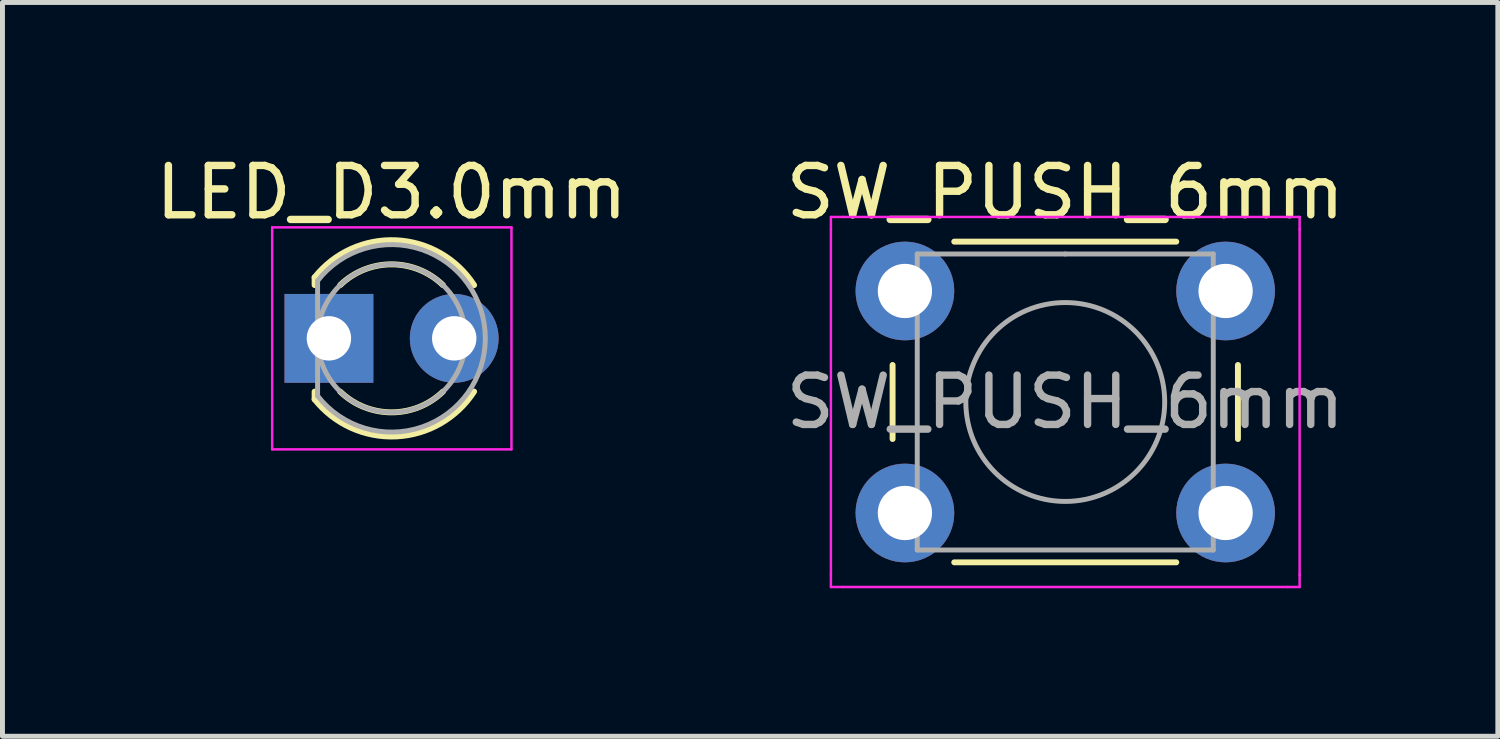
<source format=kicad_pcb>
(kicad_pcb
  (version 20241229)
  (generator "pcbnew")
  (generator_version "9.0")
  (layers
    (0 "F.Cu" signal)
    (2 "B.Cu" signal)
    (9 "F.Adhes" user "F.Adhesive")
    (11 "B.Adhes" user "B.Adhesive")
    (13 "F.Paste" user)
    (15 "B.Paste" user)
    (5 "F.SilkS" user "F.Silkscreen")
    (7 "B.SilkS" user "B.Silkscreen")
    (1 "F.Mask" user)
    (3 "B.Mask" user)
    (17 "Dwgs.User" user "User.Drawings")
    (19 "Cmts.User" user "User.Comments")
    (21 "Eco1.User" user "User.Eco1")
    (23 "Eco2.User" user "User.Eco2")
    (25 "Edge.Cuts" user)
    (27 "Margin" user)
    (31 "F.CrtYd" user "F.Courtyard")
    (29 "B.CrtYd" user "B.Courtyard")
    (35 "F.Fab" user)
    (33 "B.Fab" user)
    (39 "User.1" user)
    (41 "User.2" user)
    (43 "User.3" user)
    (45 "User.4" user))
  (footprint "LED_D3.0mm"
    (layer "F.Cu")
    (at 3.617 3.808)
    (property "Reference" "LED_D3.0mm" (at 1.27 -2.96 0) (layer "F.SilkS") (effects (font (size 1 1) (thickness 0.15))))
    (attr through_hole)
    (fp_line (start -0.29 -1.236) (end -0.29 -1.08) (stroke (width 0.12) (type solid)) (layer "F.SilkS"))
    (fp_line (start -0.29 1.08) (end -0.29 1.236) (stroke (width 0.12) (type solid)) (layer "F.SilkS"))
    (fp_arc (start -0.29 -1.235516) (mid 1.366487 -1.987659) (end 2.942335 -1.078608) (stroke (width 0.12) (type solid)) (layer "F.SilkS"))
    (fp_arc (start 0.229039 -1.08) (mid 1.270117 -1.5) (end 2.31113 -1.079837) (stroke (width 0.12) (type solid)) (layer "F.SilkS"))
    (fp_arc (start 2.31113 1.079837) (mid 1.270117 1.5) (end 0.229039 1.08) (stroke (width 0.12) (type solid)) (layer "F.SilkS"))
    (fp_arc (start 2.942335 1.078608) (mid 1.366487 1.987659) (end -0.29 1.235516) (stroke (width 0.12) (type solid)) (layer "F.SilkS"))
    (fp_line (start -1.15 -2.25) (end -1.15 2.25) (stroke (width 0.05) (type solid)) (layer "F.CrtYd"))
    (fp_line (start -1.15 2.25) (end 3.7 2.25) (stroke (width 0.05) (type solid)) (layer "F.CrtYd"))
    (fp_line (start 3.7 -2.25) (end -1.15 -2.25) (stroke (width 0.05) (type solid)) (layer "F.CrtYd"))
    (fp_line (start 3.7 2.25) (end 3.7 -2.25) (stroke (width 0.05) (type solid)) (layer "F.CrtYd"))
    (fp_line (start -0.23 -1.166) (end -0.23 1.166) (stroke (width 0.1) (type solid)) (layer "F.Fab"))
    (fp_arc (start -0.23 -1.16619) (mid 3.17 0.000452) (end -0.230555 1.165476) (stroke (width 0.1) (type solid)) (layer "F.Fab"))
    (fp_circle (center 1.27 0) (end 2.77 0) (stroke (width 0.1) (type solid)) (fill no) (layer "F.Fab"))
    (pad "1" thru_hole rect (at 0 0) (size 1.8 1.8) (drill 0.9) (layers "*.Cu" "*.Mask"))
    (pad "2" thru_hole circle (at 2.54 0) (size 1.8 1.8) (drill 0.9) (layers "*.Cu" "*.Mask")))
  (footprint "SW_PUSH_6mm"
    (layer "F.Cu")
    (at 15.292 2.848)
    (property "Reference" "SW_PUSH_6mm" (at 3.25 -2 180) (layer "F.SilkS") (effects (font (size 1 1) (thickness 0.15))))
    (attr through_hole)
    (fp_line (start -0.25 1.5) (end -0.25 3) (stroke (width 0.12) (type solid)) (layer "F.SilkS"))
    (fp_line (start 1 5.5) (end 5.5 5.5) (stroke (width 0.12) (type solid)) (layer "F.SilkS"))
    (fp_line (start 5.5 -1) (end 1 -1) (stroke (width 0.12) (type solid)) (layer "F.SilkS"))
    (fp_line (start 6.75 3) (end 6.75 1.5) (stroke (width 0.12) (type solid)) (layer "F.SilkS"))
    (fp_line (start -1.5 -1.5) (end -1.25 -1.5) (stroke (width 0.05) (type solid)) (layer "F.CrtYd"))
    (fp_line (start -1.5 -1.25) (end -1.5 -1.5) (stroke (width 0.05) (type solid)) (layer "F.CrtYd"))
    (fp_line (start -1.5 5.75) (end -1.5 -1.25) (stroke (width 0.05) (type solid)) (layer "F.CrtYd"))
    (fp_line (start -1.5 5.75) (end -1.5 6) (stroke (width 0.05) (type solid)) (layer "F.CrtYd"))
    (fp_line (start -1.5 6) (end -1.25 6) (stroke (width 0.05) (type solid)) (layer "F.CrtYd"))
    (fp_line (start -1.25 -1.5) (end 7.75 -1.5) (stroke (width 0.05) (type solid)) (layer "F.CrtYd"))
    (fp_line (start 7.75 -1.5) (end 8 -1.5) (stroke (width 0.05) (type solid)) (layer "F.CrtYd"))
    (fp_line (start 7.75 6) (end -1.25 6) (stroke (width 0.05) (type solid)) (layer "F.CrtYd"))
    (fp_line (start 7.75 6) (end 8 6) (stroke (width 0.05) (type solid)) (layer "F.CrtYd"))
    (fp_line (start 8 -1.5) (end 8 -1.25) (stroke (width 0.05) (type solid)) (layer "F.CrtYd"))
    (fp_line (start 8 -1.25) (end 8 5.75) (stroke (width 0.05) (type solid)) (layer "F.CrtYd"))
    (fp_line (start 8 6) (end 8 5.75) (stroke (width 0.05) (type solid)) (layer "F.CrtYd"))
    (fp_line (start 0.25 -0.75) (end 3.25 -0.75) (stroke (width 0.1) (type solid)) (layer "F.Fab"))
    (fp_line (start 0.25 5.25) (end 0.25 -0.75) (stroke (width 0.1) (type solid)) (layer "F.Fab"))
    (fp_line (start 3.25 -0.75) (end 6.25 -0.75) (stroke (width 0.1) (type solid)) (layer "F.Fab"))
    (fp_line (start 6.25 -0.75) (end 6.25 5.25) (stroke (width 0.1) (type solid)) (layer "F.Fab"))
    (fp_line (start 6.25 5.25) (end 0.25 5.25) (stroke (width 0.1) (type solid)) (layer "F.Fab"))
    (fp_circle (center 3.25 2.25) (end 1.25 2.5) (stroke (width 0.1) (type solid)) (fill no) (layer "F.Fab"))
    (fp_text user "${REFERENCE}" (at 3.25 2.25 180) (layer "F.Fab") (effects (font (size 1 1) (thickness 0.15))))
    (pad "1" thru_hole circle (at 0 0 90) (size 2 2) (drill 1.1) (layers "*.Cu" "*.Mask"))
    (pad "1" thru_hole circle (at 6.5 0 90) (size 2 2) (drill 1.1) (layers "*.Cu" "*.Mask"))
    (pad "2" thru_hole circle (at 0 4.5 90) (size 2 2) (drill 1.1) (layers "*.Cu" "*.Mask"))
    (pad "2" thru_hole circle (at 6.5 4.5 90) (size 2 2) (drill 1.1) (layers "*.Cu" "*.Mask")))
  (gr_rect
    (start -3 -3)
    (end 27.31 11.873)
    (stroke (width 0.1) (type default))
    (fill no)
    (layer "Edge.Cuts")))
</source>
